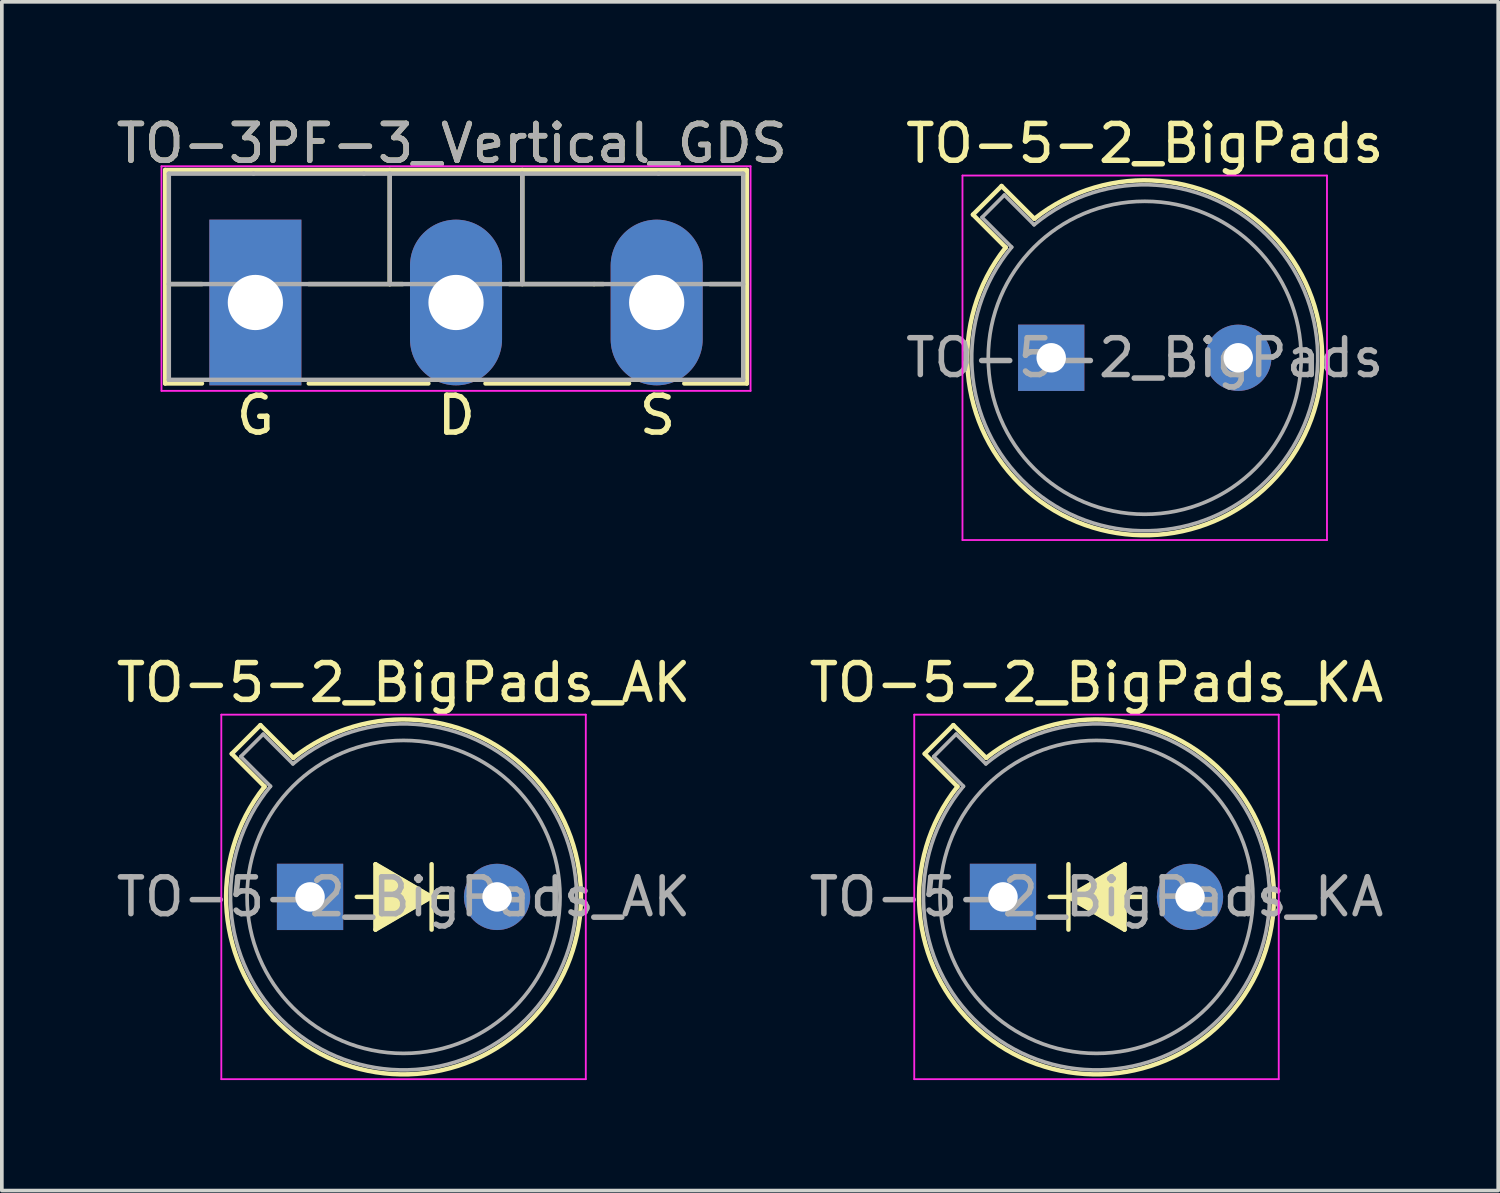
<source format=kicad_pcb>
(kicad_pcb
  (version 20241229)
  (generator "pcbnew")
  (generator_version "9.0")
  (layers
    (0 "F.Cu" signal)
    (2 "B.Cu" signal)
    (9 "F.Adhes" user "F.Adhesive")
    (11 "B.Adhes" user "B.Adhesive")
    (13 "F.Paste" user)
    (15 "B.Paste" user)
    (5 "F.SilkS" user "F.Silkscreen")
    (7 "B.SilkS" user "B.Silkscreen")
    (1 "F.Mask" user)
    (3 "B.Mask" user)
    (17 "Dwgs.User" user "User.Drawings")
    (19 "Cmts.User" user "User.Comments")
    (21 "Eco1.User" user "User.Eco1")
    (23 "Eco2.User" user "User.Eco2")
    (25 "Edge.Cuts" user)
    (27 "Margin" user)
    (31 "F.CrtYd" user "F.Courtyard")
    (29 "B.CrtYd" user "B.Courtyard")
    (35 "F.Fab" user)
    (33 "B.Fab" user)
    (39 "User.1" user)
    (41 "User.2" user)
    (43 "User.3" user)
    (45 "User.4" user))
  (footprint "TO-5-2_BigPads"
    (layer "F.Cu")
    (at 25.502 6.668)
    (property "Reference" "TO-5-2_BigPads" (at 2.54 -5.82 0) (layer "F.SilkS") (effects (font (size 1 1) (thickness 0.15))))
    (attr through_hole)
    (fp_line (start -2.126 -3.888) (end -1.235 -2.997) (stroke (width 0.12) (type solid)) (layer "F.SilkS"))
    (fp_line (start -1.348 -4.666) (end -2.126 -3.888) (stroke (width 0.12) (type solid)) (layer "F.SilkS"))
    (fp_line (start -0.457 -3.775) (end -1.348 -4.666) (stroke (width 0.12) (type solid)) (layer "F.SilkS"))
    (fp_arc (start -0.457084 -3.774902) (mid 5.948125 3.408384) (end -1.234674 -2.997371) (stroke (width 0.12) (type solid)) (layer "F.SilkS"))
    (fp_line (start -2.41 -4.95) (end -2.41 4.95) (stroke (width 0.05) (type solid)) (layer "F.CrtYd"))
    (fp_line (start -2.41 4.95) (end 7.49 4.95) (stroke (width 0.05) (type solid)) (layer "F.CrtYd"))
    (fp_line (start 7.49 -4.95) (end -2.41 -4.95) (stroke (width 0.05) (type solid)) (layer "F.CrtYd"))
    (fp_line (start 7.49 4.95) (end 7.49 -4.95) (stroke (width 0.05) (type solid)) (layer "F.CrtYd"))
    (fp_line (start -1.88 -3.812) (end -1.074 -3.005) (stroke (width 0.1) (type solid)) (layer "F.Fab"))
    (fp_line (start -1.272 -4.42) (end -1.88 -3.812) (stroke (width 0.1) (type solid)) (layer "F.Fab"))
    (fp_line (start -0.465 -3.614) (end -1.272 -4.42) (stroke (width 0.1) (type solid)) (layer "F.Fab"))
    (fp_arc (start -0.465408 -3.61352) (mid 5.863443 3.323361) (end -1.073594 -3.005319) (stroke (width 0.1) (type solid)) (layer "F.Fab"))
    (fp_circle (center 2.54 0) (end 6.79 0) (stroke (width 0.1) (type solid)) (fill no) (layer "F.Fab"))
    (fp_text user "${REFERENCE}" (at 2.54 0 0) (layer "F.Fab") (effects (font (size 1 1) (thickness 0.15))))
    (pad "1" thru_hole rect (at 0 0) (size 1.8 1.8) (drill 0.8) (layers "*.Cu" "*.Mask"))
    (pad "2" thru_hole oval (at 5.08 0) (size 1.8 1.8) (drill 0.8) (layers "*.Cu" "*.Mask")))
  (footprint "TO-3PF-3_Vertical_GDS"
    (layer "F.Cu")
    (at 3.886 5.166)
    (property "Reference" "TO-3PF-3_Vertical_GDS" (at 5.334 -4.318 0) (layer "F.SilkS") (effects (font (size 1 1) (thickness 0.15))))
    (attr through_hole)
    (fp_line (start -2.45 -3.6) (end -2.45 2.2) (stroke (width 0.12) (type solid)) (layer "F.SilkS"))
    (fp_line (start -2.45 2.2) (end -1.45 2.2) (stroke (width 0.12) (type solid)) (layer "F.SilkS"))
    (fp_line (start -1.45 -0.5) (end -2.45 -0.5) (stroke (width 0.12) (type solid)) (layer "F.SilkS"))
    (fp_line (start 1.45 2.2) (end 4.7 2.2) (stroke (width 0.12) (type solid)) (layer "F.SilkS"))
    (fp_line (start 3.65 -3.6) (end 3.65 -0.5) (stroke (width 0.12) (type solid)) (layer "F.SilkS"))
    (fp_line (start 3.65 -0.5) (end 1.45 -0.5) (stroke (width 0.12) (type solid)) (layer "F.SilkS"))
    (fp_line (start 3.65 -0.5) (end 4 -0.5) (stroke (width 0.12) (type solid)) (layer "F.SilkS"))
    (fp_line (start 6.25 2.2) (end 10.15 2.2) (stroke (width 0.12) (type solid)) (layer "F.SilkS"))
    (fp_line (start 7.25 -0.5) (end 7.25 -3.6) (stroke (width 0.12) (type solid)) (layer "F.SilkS"))
    (fp_line (start 9.2 -0.5) (end 6.9 -0.5) (stroke (width 0.12) (type solid)) (layer "F.SilkS"))
    (fp_line (start 9.45 -0.5) (end 9.2 -0.5) (stroke (width 0.12) (type solid)) (layer "F.SilkS"))
    (fp_line (start 11.65 2.2) (end 13.35 2.2) (stroke (width 0.12) (type solid)) (layer "F.SilkS"))
    (fp_line (start 13.35 -3.6) (end -2.45 -3.6) (stroke (width 0.12) (type solid)) (layer "F.SilkS"))
    (fp_line (start 13.35 -0.5) (end 12.35 -0.5) (stroke (width 0.12) (type solid)) (layer "F.SilkS"))
    (fp_line (start 13.35 2.2) (end 13.35 -3.6) (stroke (width 0.12) (type solid)) (layer "F.SilkS"))
    (fp_line (start -2.55 -3.7) (end -2.55 2.4) (stroke (width 0.05) (type solid)) (layer "F.CrtYd"))
    (fp_line (start -2.55 2.4) (end 13.45 2.4) (stroke (width 0.05) (type solid)) (layer "F.CrtYd"))
    (fp_line (start 13.45 -3.7) (end -2.55 -3.7) (stroke (width 0.05) (type solid)) (layer "F.CrtYd"))
    (fp_line (start 13.45 2.4) (end 13.45 -3.7) (stroke (width 0.05) (type solid)) (layer "F.CrtYd"))
    (fp_line (start -2.35 -3.5) (end -2.35 2.1) (stroke (width 0.12) (type solid)) (layer "F.Fab"))
    (fp_line (start -2.35 2.1) (end 13.25 2.1) (stroke (width 0.12) (type solid)) (layer "F.Fab"))
    (fp_line (start -0.05 -3.5) (end -2.35 -3.5) (stroke (width 0.12) (type solid)) (layer "F.Fab"))
    (fp_line (start 2.95 -3.5) (end -0.05 -3.5) (stroke (width 0.12) (type solid)) (layer "F.Fab"))
    (fp_line (start 3.65 -3.5) (end 3.65 -0.5) (stroke (width 0.12) (type solid)) (layer "F.Fab"))
    (fp_line (start 7.25 -3.5) (end 7.25 -0.5) (stroke (width 0.12) (type solid)) (layer "F.Fab"))
    (fp_line (start 10.85 -0.5) (end -2.35 -0.5) (stroke (width 0.12) (type solid)) (layer "F.Fab"))
    (fp_line (start 10.85 -0.5) (end 13.25 -0.5) (stroke (width 0.12) (type solid)) (layer "F.Fab"))
    (fp_line (start 10.95 -3.5) (end 2.95 -3.5) (stroke (width 0.12) (type solid)) (layer "F.Fab"))
    (fp_line (start 13.25 -3.5) (end 10.95 -3.5) (stroke (width 0.12) (type solid)) (layer "F.Fab"))
    (fp_line (start 13.25 2.1) (end 13.25 -3.5) (stroke (width 0.12) (type solid)) (layer "F.Fab"))
    (fp_text user "S" (at 10.922 3.064 0) (layer "F.SilkS") (effects (font (size 1 1) (thickness 0.15))))
    (fp_text user "G" (at 0 3.064 0) (layer "F.SilkS") (effects (font (size 1 1) (thickness 0.15))))
    (fp_text user "D" (at 5.461 3.064 0) (layer "F.SilkS") (effects (font (size 1 1) (thickness 0.15))))
    (fp_text user "${REFERENCE}" (at 5.334 -4.318 0) (layer "F.Fab") (effects (font (size 1 1) (thickness 0.15))))
    (pad "1" thru_hole rect (at 0 0) (size 2.5 4.5) (drill 1.5) (layers "*.Cu" "*.Mask"))
    (pad "2" thru_hole oval (at 5.45 0) (size 2.5 4.5) (drill 1.5) (layers "*.Cu" "*.Mask"))
    (pad "3" thru_hole oval (at 10.9 0) (size 2.5 4.5) (drill 1.5) (layers "*.Cu" "*.Mask")))
  (footprint "TO-5-2_BigPads_AK"
    (layer "F.Cu")
    (at 5.371 21.311)
    (property "Reference" "TO-5-2_BigPads_AK" (at 2.54 -5.82 0) (layer "F.SilkS") (effects (font (size 1 1) (thickness 0.15))))
    (attr through_hole)
    (fp_line (start -2.126 -3.888) (end -1.235 -2.997) (stroke (width 0.12) (type solid)) (layer "F.SilkS"))
    (fp_line (start -1.348 -4.666) (end -2.126 -3.888) (stroke (width 0.12) (type solid)) (layer "F.SilkS"))
    (fp_line (start -0.457 -3.775) (end -1.348 -4.666) (stroke (width 0.12) (type solid)) (layer "F.SilkS"))
    (fp_line (start 1.27 0) (end 1.778 0) (stroke (width 0.12) (type solid)) (layer "F.SilkS"))
    (fp_line (start 1.778 -0.889) (end 3.302 0) (stroke (width 0.12) (type solid)) (layer "F.SilkS"))
    (fp_line (start 1.778 0.889) (end 1.778 -0.889) (stroke (width 0.12) (type solid)) (layer "F.SilkS"))
    (fp_line (start 3.175 0) (end 3.81 0) (stroke (width 0.12) (type solid)) (layer "F.SilkS"))
    (fp_line (start 3.302 -0.889) (end 3.302 0.889) (stroke (width 0.12) (type solid)) (layer "F.SilkS"))
    (fp_line (start 3.302 0) (end 1.778 0.889) (stroke (width 0.12) (type solid)) (layer "F.SilkS"))
    (fp_arc (start -0.457084 -3.774902) (mid 5.948125 3.408384) (end -1.234674 -2.997371) (stroke (width 0.12) (type solid)) (layer "F.SilkS"))
    (fp_poly (pts (xy 3.302 0) (xy 1.778 0.889) (xy 1.778 -0.889)) (stroke (width 0.1) (type solid)) (fill yes) (layer "F.SilkS"))
    (fp_line (start -2.41 -4.95) (end -2.41 4.95) (stroke (width 0.05) (type solid)) (layer "F.CrtYd"))
    (fp_line (start -2.41 4.95) (end 7.49 4.95) (stroke (width 0.05) (type solid)) (layer "F.CrtYd"))
    (fp_line (start 7.49 -4.95) (end -2.41 -4.95) (stroke (width 0.05) (type solid)) (layer "F.CrtYd"))
    (fp_line (start 7.49 4.95) (end 7.49 -4.95) (stroke (width 0.05) (type solid)) (layer "F.CrtYd"))
    (fp_line (start -1.88 -3.812) (end -1.074 -3.005) (stroke (width 0.1) (type solid)) (layer "F.Fab"))
    (fp_line (start -1.272 -4.42) (end -1.88 -3.812) (stroke (width 0.1) (type solid)) (layer "F.Fab"))
    (fp_line (start -0.465 -3.614) (end -1.272 -4.42) (stroke (width 0.1) (type solid)) (layer "F.Fab"))
    (fp_arc (start -0.465408 -3.61352) (mid 5.863443 3.323361) (end -1.073594 -3.005319) (stroke (width 0.1) (type solid)) (layer "F.Fab"))
    (fp_circle (center 2.54 0) (end 6.79 0) (stroke (width 0.1) (type solid)) (fill no) (layer "F.Fab"))
    (fp_text user "${REFERENCE}" (at 2.54 0 0) (layer "F.Fab") (effects (font (size 1 1) (thickness 0.15))))
    (pad "1" thru_hole rect (at 0 0) (size 1.8 1.8) (drill 0.8) (layers "*.Cu" "*.Mask"))
    (pad "2" thru_hole oval (at 5.08 0) (size 1.8 1.8) (drill 0.8) (layers "*.Cu" "*.Mask")))
  (footprint "TO-5-2_BigPads_KA"
    (layer "F.Cu")
    (at 24.192 21.311)
    (property "Reference" "TO-5-2_BigPads_KA" (at 2.54 -5.82 0) (layer "F.SilkS") (effects (font (size 1 1) (thickness 0.15))))
    (attr through_hole)
    (fp_line (start -2.126 -3.888) (end -1.235 -2.997) (stroke (width 0.12) (type solid)) (layer "F.SilkS"))
    (fp_line (start -1.348 -4.666) (end -2.126 -3.888) (stroke (width 0.12) (type solid)) (layer "F.SilkS"))
    (fp_line (start -0.457 -3.775) (end -1.348 -4.666) (stroke (width 0.12) (type solid)) (layer "F.SilkS"))
    (fp_line (start 1.778 0) (end 3.302 -0.889) (stroke (width 0.12) (type solid)) (layer "F.SilkS"))
    (fp_line (start 1.778 0.889) (end 1.778 -0.889) (stroke (width 0.12) (type solid)) (layer "F.SilkS"))
    (fp_line (start 1.905 0) (end 1.27 0) (stroke (width 0.12) (type solid)) (layer "F.SilkS"))
    (fp_line (start 3.302 -0.889) (end 3.302 0.889) (stroke (width 0.12) (type solid)) (layer "F.SilkS"))
    (fp_line (start 3.302 0.889) (end 1.778 0) (stroke (width 0.12) (type solid)) (layer "F.SilkS"))
    (fp_line (start 3.81 0) (end 3.302 0) (stroke (width 0.12) (type solid)) (layer "F.SilkS"))
    (fp_arc (start -0.457084 -3.774902) (mid 5.948125 3.408384) (end -1.234674 -2.997371) (stroke (width 0.12) (type solid)) (layer "F.SilkS"))
    (fp_poly (pts (xy 1.778 0) (xy 3.302 -0.889) (xy 3.302 0.889)) (stroke (width 0.1) (type solid)) (fill yes) (layer "F.SilkS"))
    (fp_line (start -2.41 -4.95) (end -2.41 4.95) (stroke (width 0.05) (type solid)) (layer "F.CrtYd"))
    (fp_line (start -2.41 4.95) (end 7.49 4.95) (stroke (width 0.05) (type solid)) (layer "F.CrtYd"))
    (fp_line (start 7.49 -4.95) (end -2.41 -4.95) (stroke (width 0.05) (type solid)) (layer "F.CrtYd"))
    (fp_line (start 7.49 4.95) (end 7.49 -4.95) (stroke (width 0.05) (type solid)) (layer "F.CrtYd"))
    (fp_line (start -1.88 -3.812) (end -1.074 -3.005) (stroke (width 0.1) (type solid)) (layer "F.Fab"))
    (fp_line (start -1.272 -4.42) (end -1.88 -3.812) (stroke (width 0.1) (type solid)) (layer "F.Fab"))
    (fp_line (start -0.465 -3.614) (end -1.272 -4.42) (stroke (width 0.1) (type solid)) (layer "F.Fab"))
    (fp_arc (start -0.465408 -3.61352) (mid 5.863443 3.323361) (end -1.073594 -3.005319) (stroke (width 0.1) (type solid)) (layer "F.Fab"))
    (fp_circle (center 2.54 0) (end 6.79 0) (stroke (width 0.1) (type solid)) (fill no) (layer "F.Fab"))
    (fp_text user "${REFERENCE}" (at 2.54 0 0) (layer "F.Fab") (effects (font (size 1 1) (thickness 0.15))))
    (pad "1" thru_hole rect (at 0 0) (size 1.8 1.8) (drill 0.8) (layers "*.Cu" "*.Mask"))
    (pad "2" thru_hole oval (at 5.08 0) (size 1.8 1.8) (drill 0.8) (layers "*.Cu" "*.Mask")))
  (gr_rect
    (start -3 -3)
    (end 37.643 29.287)
    (stroke (width 0.1) (type default))
    (fill no)
    (layer "Edge.Cuts")))
</source>
